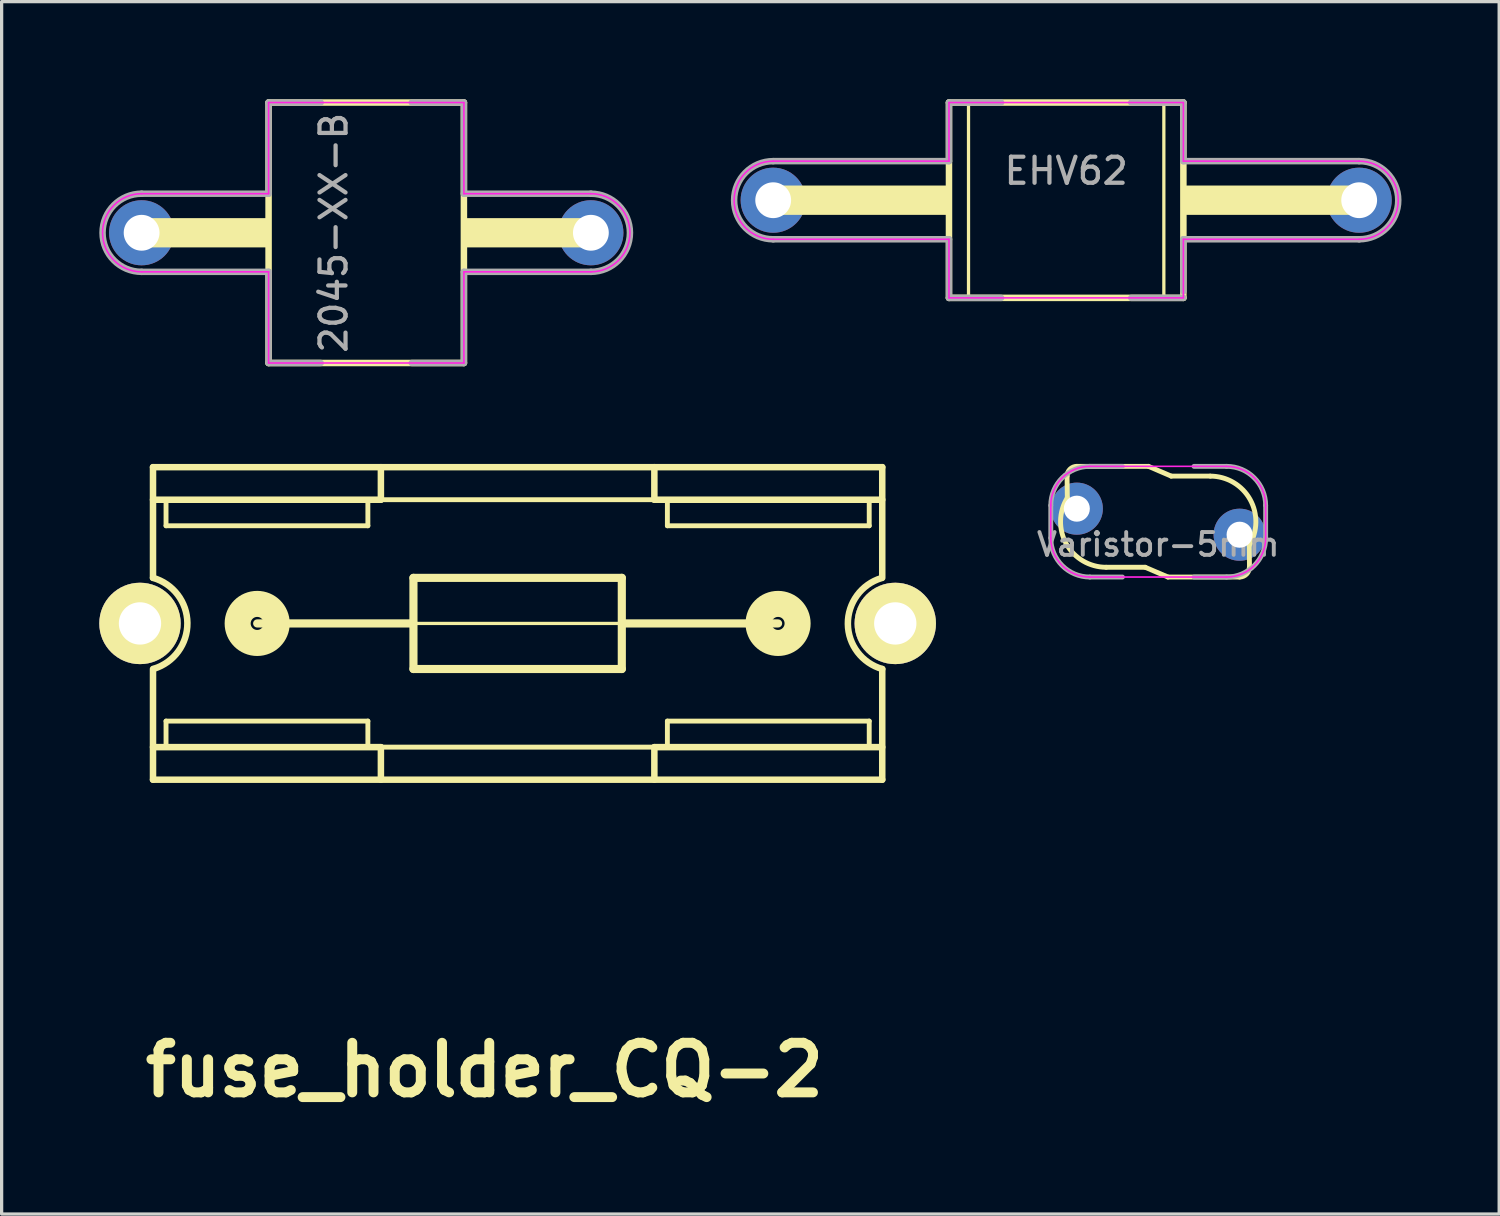
<source format=kicad_pcb>
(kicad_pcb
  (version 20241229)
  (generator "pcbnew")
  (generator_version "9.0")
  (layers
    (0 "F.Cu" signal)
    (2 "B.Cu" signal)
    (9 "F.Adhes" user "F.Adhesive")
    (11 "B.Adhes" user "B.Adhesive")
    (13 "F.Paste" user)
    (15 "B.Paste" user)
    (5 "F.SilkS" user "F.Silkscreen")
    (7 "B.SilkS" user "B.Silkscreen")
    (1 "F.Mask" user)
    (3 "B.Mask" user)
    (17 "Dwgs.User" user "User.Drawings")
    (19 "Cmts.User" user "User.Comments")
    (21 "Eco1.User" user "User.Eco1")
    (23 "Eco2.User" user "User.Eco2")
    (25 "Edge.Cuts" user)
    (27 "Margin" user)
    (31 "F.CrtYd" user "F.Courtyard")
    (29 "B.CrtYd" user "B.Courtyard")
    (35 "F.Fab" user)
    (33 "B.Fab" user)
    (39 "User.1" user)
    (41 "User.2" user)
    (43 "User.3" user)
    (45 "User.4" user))
  (footprint "EHV62"
    (layer "F.Cu")
    (at 29.7 3.1)
    (property "Reference" "EHV62" (at 0 -0.9 0) (unlocked yes) (layer "F.Fab") (effects (font (size 0.8 0.8) (thickness 0.13))))
    (attr smd)
    (fp_line (start -3.6 -3) (end -3.6 3) (stroke (width 0.2) (type default)) (layer "F.SilkS"))
    (fp_line (start -3.6 -3) (end 3.6 -3) (stroke (width 0.2) (type default)) (layer "F.SilkS"))
    (fp_line (start -3.6 3) (end 3.6 3) (stroke (width 0.2) (type default)) (layer "F.SilkS"))
    (fp_line (start -3 3) (end -3 -3) (stroke (width 0.1) (type default)) (layer "F.SilkS"))
    (fp_line (start 3 3) (end 3 -3) (stroke (width 0.1) (type default)) (layer "F.SilkS"))
    (fp_line (start 3.6 3) (end 3.6 -3) (stroke (width 0.2) (type default)) (layer "F.SilkS"))
    (fp_poly (pts (xy -3.7 0.4) (xy -8.9 0.4) (xy -9.2 0.3) (xy -9.3 0) (xy -9.2 -0.3) (xy -8.9 -0.4) (xy -3.7 -0.4)) (stroke (width 0.1) (type solid)) (fill yes) (layer "F.SilkS"))
    (fp_poly (pts (xy 3.7 -0.4) (xy 8.9 -0.4) (xy 9.2 -0.3) (xy 9.3 0) (xy 9.2 0.3) (xy 8.9 0.4) (xy 3.7 0.4)) (stroke (width 0.1) (type solid)) (fill yes) (layer "F.SilkS"))
    (fp_line (start -9 -1.2) (end -3.6 -1.2) (stroke (width 0.05) (type default)) (layer "F.CrtYd"))
    (fp_line (start -9 1.2) (end -3.6 1.2) (stroke (width 0.05) (type default)) (layer "F.CrtYd"))
    (fp_line (start -3.6 -3) (end -3.6 -1.2) (stroke (width 0.05) (type default)) (layer "F.CrtYd"))
    (fp_line (start -3.6 -3) (end 3.6 -3) (stroke (width 0.05) (type default)) (layer "F.CrtYd"))
    (fp_line (start -3.6 1.2) (end -3.6 3) (stroke (width 0.05) (type default)) (layer "F.CrtYd"))
    (fp_line (start -3.6 3) (end 3.6 3) (stroke (width 0.05) (type default)) (layer "F.CrtYd"))
    (fp_line (start 3.6 -3) (end 3.6 -1.2) (stroke (width 0.05) (type default)) (layer "F.CrtYd"))
    (fp_line (start 3.6 1.2) (end 3.6 3) (stroke (width 0.05) (type default)) (layer "F.CrtYd"))
    (fp_line (start 9 -1.2) (end 3.6 -1.2) (stroke (width 0.05) (type default)) (layer "F.CrtYd"))
    (fp_line (start 9 1.2) (end 3.6 1.2) (stroke (width 0.05) (type default)) (layer "F.CrtYd"))
    (fp_arc (start -9 1.2) (mid -10.2 0) (end -9 -1.2) (stroke (width 0.05) (type default)) (layer "F.CrtYd"))
    (fp_arc (start 9 -1.2) (mid 10.2 0) (end 9 1.2) (stroke (width 0.05) (type default)) (layer "F.CrtYd"))
    (fp_line (start -9 -1.2) (end -3.6 -1.2) (stroke (width 0.2) (type default)) (layer "F.Fab"))
    (fp_line (start -9 1.2) (end -3.6 1.2) (stroke (width 0.2) (type default)) (layer "F.Fab"))
    (fp_line (start -3.6 -3) (end -2 -3) (stroke (width 0.2) (type default)) (layer "F.Fab"))
    (fp_line (start -3.6 -1.2) (end -3.6 -3) (stroke (width 0.2) (type default)) (layer "F.Fab"))
    (fp_line (start -3.6 3) (end -3.6 1.2) (stroke (width 0.2) (type default)) (layer "F.Fab"))
    (fp_line (start -2 3) (end -3.6 3) (stroke (width 0.2) (type default)) (layer "F.Fab"))
    (fp_line (start 3.6 -3) (end 2 -3) (stroke (width 0.2) (type default)) (layer "F.Fab"))
    (fp_line (start 3.6 -1.2) (end 3.6 -3) (stroke (width 0.2) (type default)) (layer "F.Fab"))
    (fp_line (start 3.6 -1.2) (end 9 -1.2) (stroke (width 0.2) (type default)) (layer "F.Fab"))
    (fp_line (start 3.6 1.2) (end 3.6 2.8) (stroke (width 0.2) (type default)) (layer "F.Fab"))
    (fp_line (start 3.6 1.2) (end 9 1.2) (stroke (width 0.2) (type default)) (layer "F.Fab"))
    (fp_line (start 3.6 3) (end 2 3) (stroke (width 0.2) (type default)) (layer "F.Fab"))
    (fp_arc (start -9 1.2) (mid -10.2 0) (end -9 -1.2) (stroke (width 0.2) (type default)) (layer "F.Fab"))
    (fp_arc (start 9 -1.2) (mid 10.2 0) (end 9 1.2) (stroke (width 0.2) (type default)) (layer "F.Fab"))
    (pad "1" thru_hole circle (at -9 0) (size 2 2) (drill 1.1) (layers "*.Cu" "*.Mask"))
    (pad "2" thru_hole circle (at 9 0) (size 2 2) (drill 1.1) (layers "*.Cu" "*.Mask")))
  (footprint "Varistor-5mm"
    (layer "F.Cu")
    (at 32.527 12.975)
    (property "Reference" "Varistor-5mm" (at 0 0.7 0) (unlocked yes) (layer "F.Fab") (effects (font (size 0.7 0.7) (thickness 0.12) (bold yes))))
    (attr smd)
    (fp_line (start -2.792 -0.734) (end -2.8 -1.4) (stroke (width 0.15) (type default)) (layer "F.SilkS"))
    (fp_line (start -2.5 -1.7) (end -0.3 -1.7) (stroke (width 0.15) (type default)) (layer "F.SilkS"))
    (fp_line (start -1.6 1.4) (end -0.4 1.4) (stroke (width 0.15) (type default)) (layer "F.SilkS"))
    (fp_line (start -0.4 1.4) (end 0.3 1.7) (stroke (width 0.15) (type default)) (layer "F.SilkS"))
    (fp_line (start -0.3 -1.7) (end 0.4 -1.4) (stroke (width 0.15) (type default)) (layer "F.SilkS"))
    (fp_line (start 0.3 1.7) (end 2.5 1.7) (stroke (width 0.15) (type default)) (layer "F.SilkS"))
    (fp_line (start 0.4 -1.4) (end 1.6 -1.4) (stroke (width 0.15) (type default)) (layer "F.SilkS"))
    (fp_line (start 2.804 1.433) (end 2.796 0.767) (stroke (width 0.15) (type default)) (layer "F.SilkS"))
    (fp_arc (start -2.8 -1.4) (mid -2.712132 -1.612132) (end -2.5 -1.7) (stroke (width 0.15) (type default)) (layer "F.SilkS"))
    (fp_arc (start -1.6 1.4) (mid -2.822135 0.682924) (end -2.792322 -0.733736) (stroke (width 0.15) (type default)) (layer "F.SilkS"))
    (fp_arc (start 1.600005 -1.399996) (mid 2.822133 -0.682919) (end 2.792327 0.73374) (stroke (width 0.15) (type default)) (layer "F.SilkS"))
    (fp_arc (start 2.8 1.4) (mid 2.712132 1.612132) (end 2.5 1.7) (stroke (width 0.15) (type default)) (layer "F.SilkS"))
    (fp_line (start -3.3 -0.5) (end -3.3 0.5) (stroke (width 0.05) (type default)) (layer "F.CrtYd"))
    (fp_line (start -2.1 -1.7) (end 2.1 -1.7) (stroke (width 0.05) (type default)) (layer "F.CrtYd"))
    (fp_line (start -2.1 1.7) (end 2.1 1.7) (stroke (width 0.05) (type default)) (layer "F.CrtYd"))
    (fp_line (start 3.3 0.5) (end 3.3 -0.5) (stroke (width 0.05) (type default)) (layer "F.CrtYd"))
    (fp_arc (start -3.3 -0.5) (mid -2.948528 -1.348528) (end -2.1 -1.7) (stroke (width 0.05) (type default)) (layer "F.CrtYd"))
    (fp_arc (start -2.1 1.7) (mid -2.948528 1.348528) (end -3.3 0.5) (stroke (width 0.05) (type default)) (layer "F.CrtYd"))
    (fp_arc (start 2.1 -1.7) (mid 2.948528 -1.348528) (end 3.3 -0.5) (stroke (width 0.05) (type default)) (layer "F.CrtYd"))
    (fp_arc (start 3.3 0.5) (mid 2.948528 1.348528) (end 2.1 1.7) (stroke (width 0.05) (type default)) (layer "F.CrtYd"))
    (fp_line (start -3.3 -0.5) (end -3.3 0.5) (stroke (width 0.15) (type default)) (layer "F.Fab"))
    (fp_line (start -2.1 -1.7) (end -1.1 -1.7) (stroke (width 0.15) (type default)) (layer "F.Fab"))
    (fp_line (start -2.1 1.7) (end -1.1 1.7) (stroke (width 0.15) (type default)) (layer "F.Fab"))
    (fp_line (start 2.1 -1.7) (end 1.1 -1.7) (stroke (width 0.15) (type default)) (layer "F.Fab"))
    (fp_line (start 2.1 1.7) (end 1.1 1.7) (stroke (width 0.15) (type default)) (layer "F.Fab"))
    (fp_line (start 3.3 0.5) (end 3.3 -0.5) (stroke (width 0.15) (type default)) (layer "F.Fab"))
    (fp_arc (start -3.3 -0.5) (mid -2.948528 -1.348528) (end -2.1 -1.7) (stroke (width 0.15) (type default)) (layer "F.Fab"))
    (fp_arc (start -2.1 1.7) (mid -2.948528 1.348528) (end -3.3 0.5) (stroke (width 0.15) (type default)) (layer "F.Fab"))
    (fp_arc (start 2.1 -1.7) (mid 2.948528 -1.348528) (end 3.3 -0.5) (stroke (width 0.15) (type default)) (layer "F.Fab"))
    (fp_arc (start 3.3 0.5) (mid 2.948528 1.348528) (end 2.1 1.7) (stroke (width 0.15) (type default)) (layer "F.Fab"))
    (pad "1" thru_hole circle (at -2.5 -0.4) (size 1.6 1.6) (drill 0.8) (layers "*.Cu" "*.Mask"))
    (pad "2" thru_hole circle (at 2.5 0.4) (size 1.6 1.6) (drill 0.8) (layers "*.Cu" "*.Mask")))
  (footprint "2045-XX-B"
    (layer "F.Cu")
    (at 8.2 4.1)
    (property "Reference" "2045-XX-B" (at -1 0 90) (unlocked yes) (layer "F.Fab") (effects (font (size 0.8 0.8) (thickness 0.13))))
    (attr smd)
    (fp_line (start -3 4) (end 3 4) (stroke (width 0.2) (type default)) (layer "F.SilkS"))
    (fp_line (start -3 -4) (end -3 4) (stroke (width 0.2) (type default)) (layer "F.SilkS"))
    (fp_line (start -3 -4) (end 3 -4) (stroke (width 0.2) (type default)) (layer "F.SilkS"))
    (fp_line (start 3 4) (end 3 -4) (stroke (width 0.2) (type default)) (layer "F.SilkS"))
    (fp_poly (pts (xy -3 0.4) (xy -6.8 0.4) (xy -7.1 0.3) (xy -7.2 0) (xy -7.1 -0.3) (xy -6.8 -0.4) (xy -3 -0.4)) (stroke (width 0.1) (type solid)) (fill yes) (layer "F.SilkS"))
    (fp_poly (pts (xy 3 -0.4) (xy 6.8 -0.4) (xy 7.1 -0.3) (xy 7.2 0) (xy 7.1 0.3) (xy 6.8 0.4) (xy 3 0.4)) (stroke (width 0.1) (type solid)) (fill yes) (layer "F.SilkS"))
    (fp_line (start -6.9 -1.2) (end -3 -1.2) (stroke (width 0.05) (type default)) (layer "F.CrtYd"))
    (fp_line (start -6.9 1.2) (end -3 1.2) (stroke (width 0.05) (type default)) (layer "F.CrtYd"))
    (fp_line (start -3 -4) (end -3 -1.2) (stroke (width 0.05) (type default)) (layer "F.CrtYd"))
    (fp_line (start -3 -4) (end 3 -4) (stroke (width 0.05) (type default)) (layer "F.CrtYd"))
    (fp_line (start -3 1.2) (end -3 4) (stroke (width 0.05) (type default)) (layer "F.CrtYd"))
    (fp_line (start -3 4) (end 3 4) (stroke (width 0.05) (type default)) (layer "F.CrtYd"))
    (fp_line (start 3 -4) (end 3 -1.2) (stroke (width 0.05) (type default)) (layer "F.CrtYd"))
    (fp_line (start 3 1.2) (end 3 4) (stroke (width 0.05) (type default)) (layer "F.CrtYd"))
    (fp_line (start 6.9 -1.2) (end 3 -1.2) (stroke (width 0.05) (type default)) (layer "F.CrtYd"))
    (fp_line (start 6.9 1.2) (end 3 1.2) (stroke (width 0.05) (type default)) (layer "F.CrtYd"))
    (fp_arc (start -6.9 1.2) (mid -8.1 0) (end -6.9 -1.2) (stroke (width 0.05) (type default)) (layer "F.CrtYd"))
    (fp_arc (start 6.9 -1.2) (mid 8.1 0) (end 6.9 1.2) (stroke (width 0.05) (type default)) (layer "F.CrtYd"))
    (fp_line (start -6.9 -1.2) (end -3 -1.2) (stroke (width 0.2) (type default)) (layer "F.Fab"))
    (fp_line (start -6.9 1.2) (end -3 1.2) (stroke (width 0.2) (type default)) (layer "F.Fab"))
    (fp_line (start -3 -1.2) (end -3 -4) (stroke (width 0.2) (type default)) (layer "F.Fab"))
    (fp_line (start -3 4) (end -3 1.2) (stroke (width 0.2) (type default)) (layer "F.Fab"))
    (fp_line (start -1.4 -4) (end -3 -4) (stroke (width 0.2) (type default)) (layer "F.Fab"))
    (fp_line (start -1.4 4) (end -3 4) (stroke (width 0.2) (type default)) (layer "F.Fab"))
    (fp_line (start 3 -4) (end 1.4 -4) (stroke (width 0.2) (type default)) (layer "F.Fab"))
    (fp_line (start 3 -1.2) (end 3 -4) (stroke (width 0.2) (type default)) (layer "F.Fab"))
    (fp_line (start 3 -1.2) (end 6.9 -1.2) (stroke (width 0.2) (type default)) (layer "F.Fab"))
    (fp_line (start 3 1.2) (end 3 4) (stroke (width 0.2) (type default)) (layer "F.Fab"))
    (fp_line (start 3 1.2) (end 6.9 1.2) (stroke (width 0.2) (type default)) (layer "F.Fab"))
    (fp_line (start 3 4) (end 1.4 4) (stroke (width 0.2) (type default)) (layer "F.Fab"))
    (fp_arc (start -6.9 1.2) (mid -8.1 0) (end -6.9 -1.2) (stroke (width 0.2) (type default)) (layer "F.Fab"))
    (fp_arc (start 6.9 -1.2) (mid 8.1 0) (end 6.9 1.2) (stroke (width 0.2) (type default)) (layer "F.Fab"))
    (pad "1" thru_hole circle (at -6.9 0) (size 2 2) (drill 1.1) (layers "*.Cu" "*.Mask"))
    (pad "2" thru_hole circle (at 6.9 0) (size 2 2) (drill 1.1) (layers "*.Cu" "*.Mask")))
  (footprint "fuse_holder_CQ-2"
    (layer "F.Cu")
    (at 12.85 16.1)
    (property "Reference" "fuse_holder_CQ-2" (at -1.016 13.716 0) (layer "F.SilkS") (effects (font (size 1.524 1.524) (thickness 0.305))))
    (attr through_hole)
    (fp_line (start -11.2 -4.8) (end -11.2 -1.4) (stroke (width 0.2) (type solid)) (layer "F.SilkS"))
    (fp_line (start -11.2 1.4) (end -11.2 4.8) (stroke (width 0.2) (type solid)) (layer "F.SilkS"))
    (fp_line (start -10.8 -3) (end -10.8 -3.8) (stroke (width 0.15) (type solid)) (layer "F.SilkS"))
    (fp_line (start -10.8 -3) (end -4.6 -3) (stroke (width 0.15) (type solid)) (layer "F.SilkS"))
    (fp_line (start -10.8 3) (end -4.6 3) (stroke (width 0.15) (type solid)) (layer "F.SilkS"))
    (fp_line (start -10.8 3.8) (end -10.8 3) (stroke (width 0.15) (type solid)) (layer "F.SilkS"))
    (fp_line (start -8 0) (end -3.2 0) (stroke (width 0.25) (type solid)) (layer "F.SilkS"))
    (fp_line (start -4.6 -3) (end -4.6 -3.8) (stroke (width 0.15) (type solid)) (layer "F.SilkS"))
    (fp_line (start -4.6 3) (end -4.6 3.8) (stroke (width 0.15) (type solid)) (layer "F.SilkS"))
    (fp_line (start -4.2 -3.8) (end -11.2 -3.8) (stroke (width 0.2) (type solid)) (layer "F.SilkS"))
    (fp_line (start -4.2 -3.8) (end -4.2 -4.8) (stroke (width 0.2) (type solid)) (layer "F.SilkS"))
    (fp_line (start -4.2 -3.8) (end 4.2 -3.8) (stroke (width 0.15) (type solid)) (layer "F.SilkS"))
    (fp_line (start -4.2 3.8) (end -11.2 3.8) (stroke (width 0.2) (type solid)) (layer "F.SilkS"))
    (fp_line (start -4.2 3.8) (end 4.2 3.8) (stroke (width 0.15) (type solid)) (layer "F.SilkS"))
    (fp_line (start -4.2 4.8) (end -4.2 3.8) (stroke (width 0.2) (type solid)) (layer "F.SilkS"))
    (fp_line (start -3.2 -1.4) (end 3.2 -1.4) (stroke (width 0.25) (type solid)) (layer "F.SilkS"))
    (fp_line (start -3.2 0) (end 3.2 0) (stroke (width 0.1) (type solid)) (layer "F.SilkS"))
    (fp_line (start -3.2 1.4) (end -3.2 -1.4) (stroke (width 0.25) (type solid)) (layer "F.SilkS"))
    (fp_line (start 3.2 -1.4) (end 3.2 1.4) (stroke (width 0.25) (type solid)) (layer "F.SilkS"))
    (fp_line (start 3.2 0) (end 8 0) (stroke (width 0.25) (type solid)) (layer "F.SilkS"))
    (fp_line (start 3.2 1.4) (end -3.2 1.4) (stroke (width 0.25) (type solid)) (layer "F.SilkS"))
    (fp_line (start 4.2 -3.8) (end 4.2 -4.8) (stroke (width 0.2) (type solid)) (layer "F.SilkS"))
    (fp_line (start 4.2 -3.8) (end 11.2 -3.8) (stroke (width 0.2) (type solid)) (layer "F.SilkS"))
    (fp_line (start 4.2 3.8) (end 11.2 3.8) (stroke (width 0.2) (type solid)) (layer "F.SilkS"))
    (fp_line (start 4.2 4.8) (end 4.2 3.8) (stroke (width 0.2) (type solid)) (layer "F.SilkS"))
    (fp_line (start 4.6 -3) (end 4.6 -3.8) (stroke (width 0.15) (type solid)) (layer "F.SilkS"))
    (fp_line (start 4.6 -3) (end 10.8 -3) (stroke (width 0.15) (type solid)) (layer "F.SilkS"))
    (fp_line (start 4.6 3) (end 10.8 3) (stroke (width 0.15) (type solid)) (layer "F.SilkS"))
    (fp_line (start 4.6 3.8) (end 4.6 3) (stroke (width 0.15) (type solid)) (layer "F.SilkS"))
    (fp_line (start 10.8 -3) (end 10.8 -3.8) (stroke (width 0.15) (type solid)) (layer "F.SilkS"))
    (fp_line (start 10.8 3) (end 10.8 3.8) (stroke (width 0.15) (type solid)) (layer "F.SilkS"))
    (fp_line (start 11.2 -4.8) (end -11.2 -4.8) (stroke (width 0.2) (type solid)) (layer "F.SilkS"))
    (fp_line (start 11.2 -4.8) (end 11.2 -1.4) (stroke (width 0.2) (type solid)) (layer "F.SilkS"))
    (fp_line (start 11.2 1.4) (end 11.2 4.8) (stroke (width 0.2) (type solid)) (layer "F.SilkS"))
    (fp_line (start 11.2 4.8) (end -11.2 4.8) (stroke (width 0.2) (type solid)) (layer "F.SilkS"))
    (fp_arc (start -11.2 -1.4) (mid -10.144046 -0.014093) (end -11.172974 1.391994) (stroke (width 0.2) (type solid)) (layer "F.SilkS"))
    (fp_arc (start 11.2 1.4) (mid 10.144046 0.014093) (end 11.172974 -1.391994) (stroke (width 0.2) (type solid)) (layer "F.SilkS"))
    (fp_circle (center -8 0) (end -7.8 0) (stroke (width 0.8) (type solid)) (fill no) (layer "F.SilkS"))
    (fp_circle (center 8 0) (end 8.2 0) (stroke (width 0.8) (type solid)) (fill no) (layer "F.SilkS"))
    (pad "1" thru_hole circle (at -11.6 0) (size 2.5 2.5) (drill 1.3) (layers "*.Cu" "*.Mask" "F.SilkS"))
    (pad "2" thru_hole circle (at 11.6 0) (size 2.5 2.5) (drill 1.3) (layers "*.Cu" "*.Mask" "F.SilkS")))
  (gr_rect
    (start -3 -3)
    (end 43 34.242)
    (stroke (width 0.1) (type default))
    (fill no)
    (layer "Edge.Cuts")))
</source>
